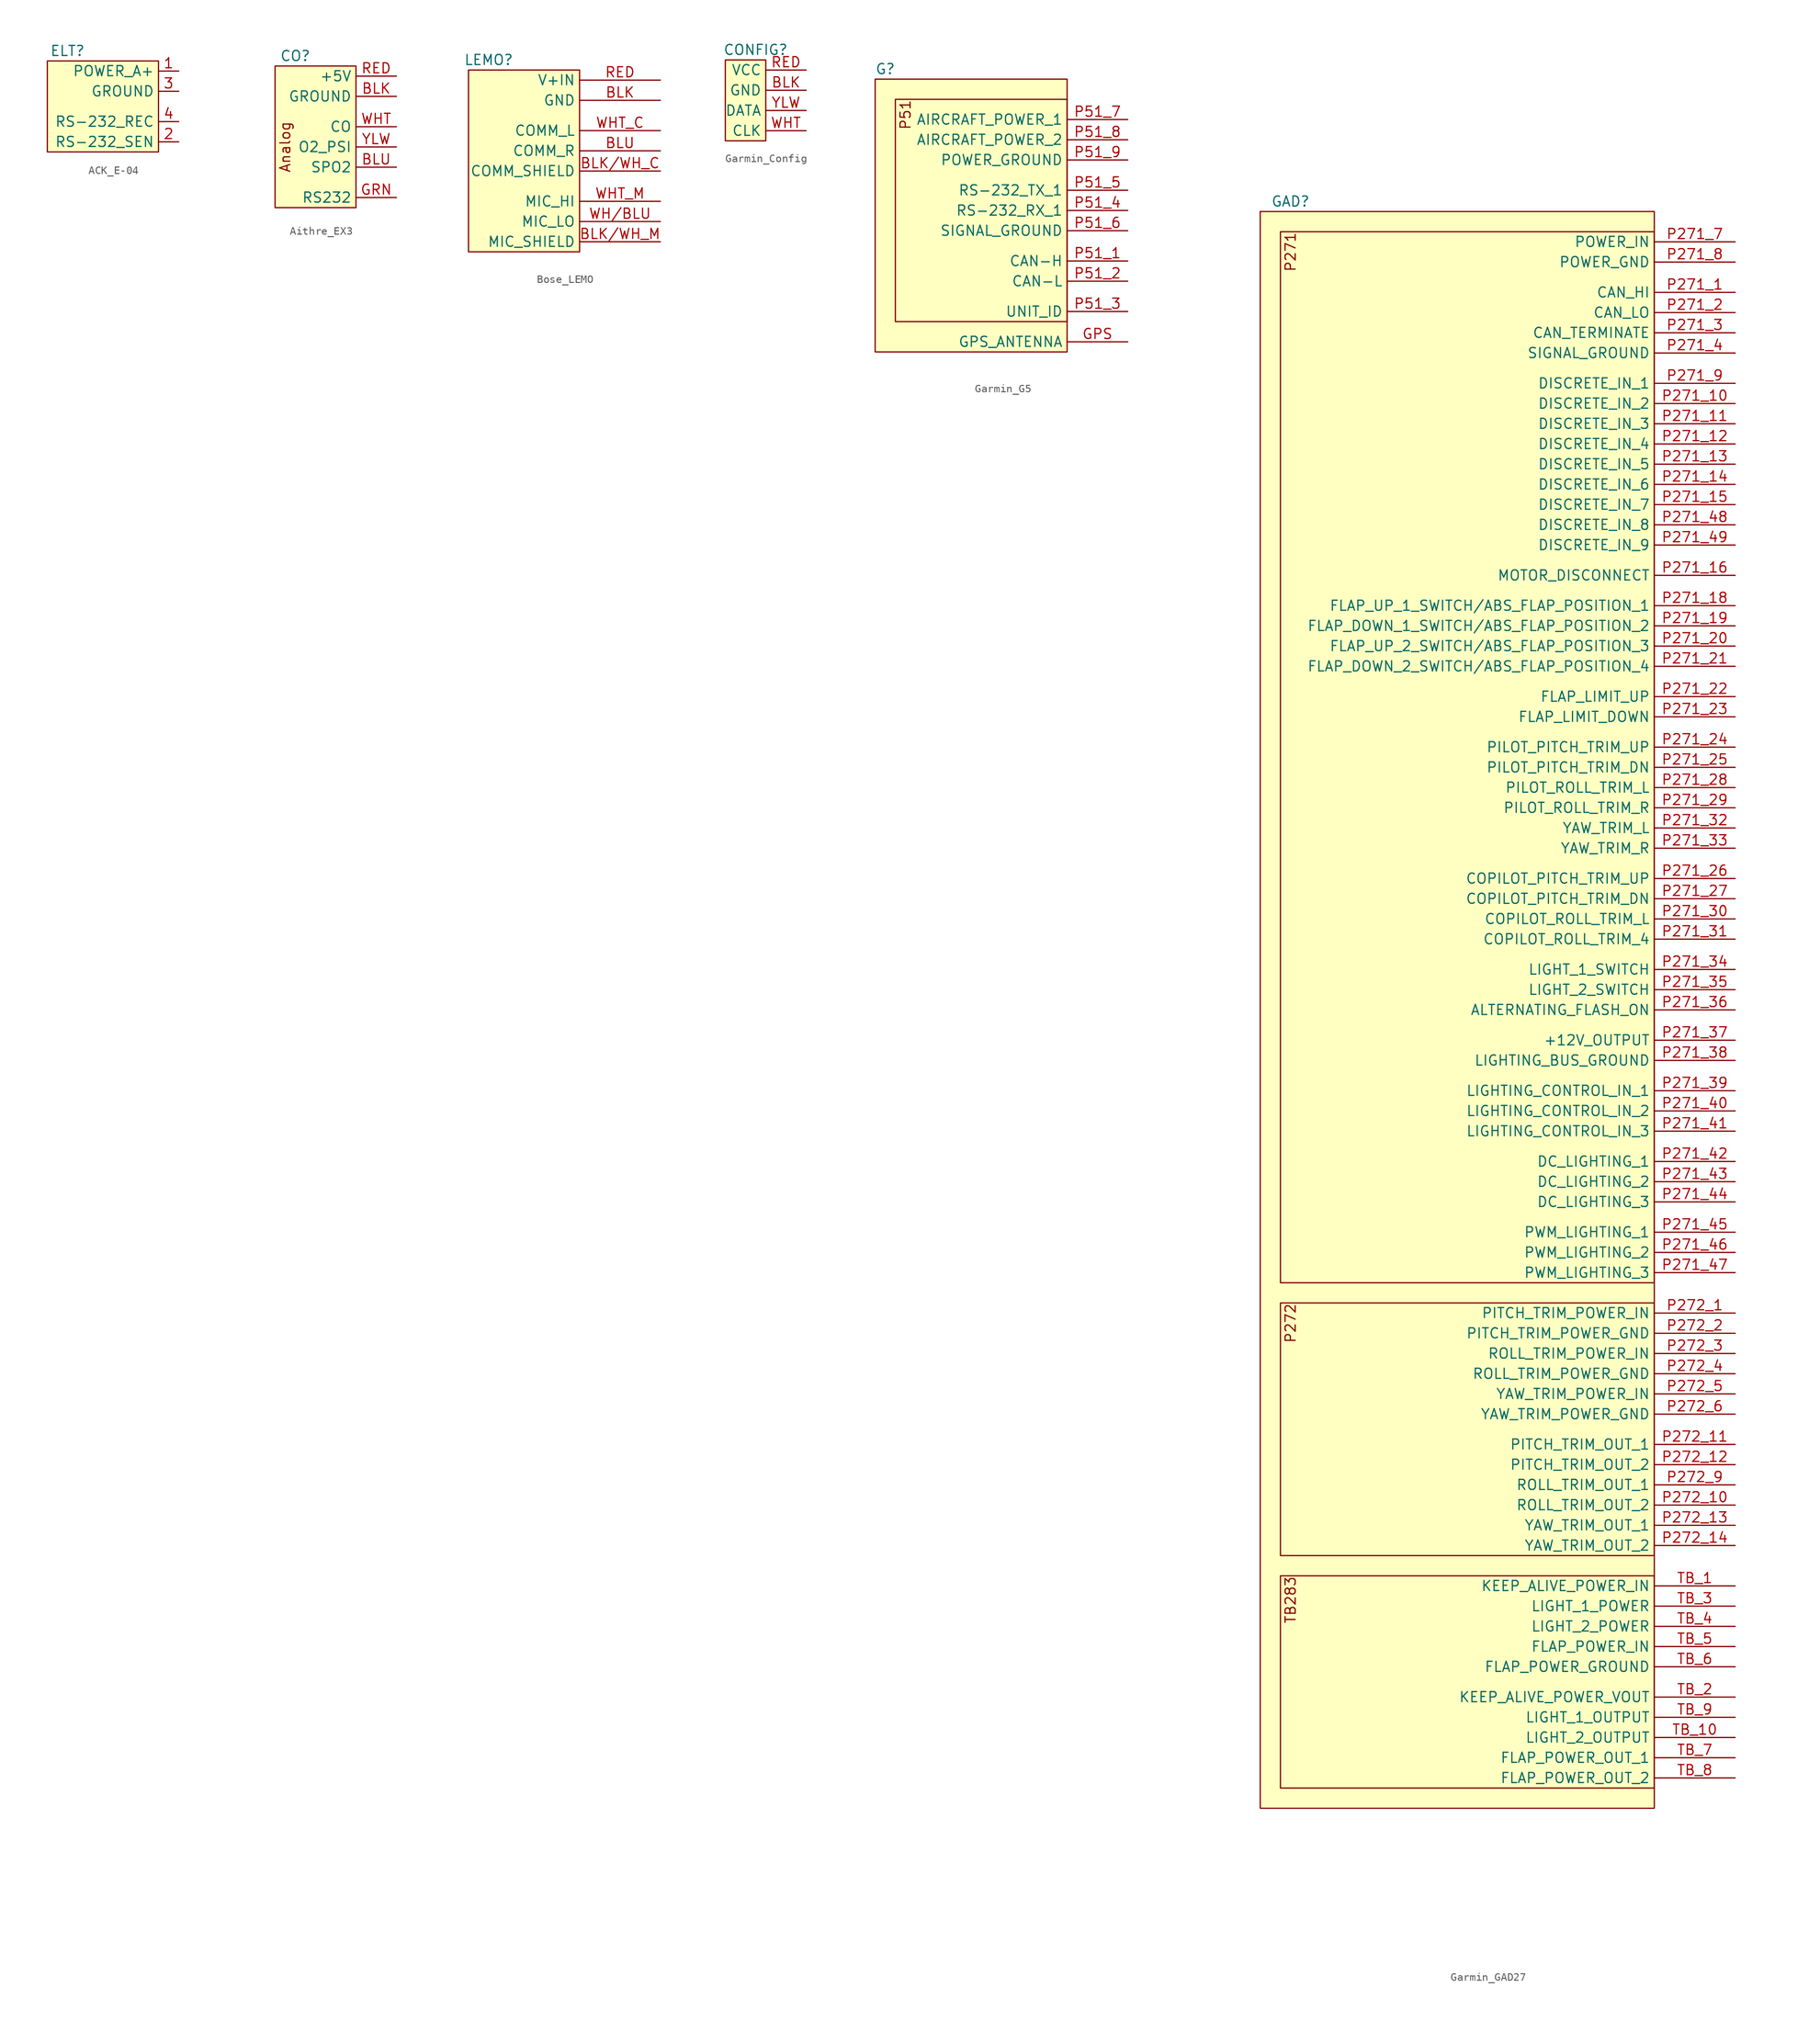
<source format=kicad_sym>
(kicad_symbol_lib
  (version 20220914)
  (generator kicad_symbol_editor)
  (symbol "ACK_E-04"
    (property "Reference" "ELT"
      (at 2.54 1.27 0)
      (effects (font (size 1.27 1.27))))
    (property "Value" ""
      (at 0 1.27 0)
      (effects (font (size 1.27 1.27))))
    (symbol "ACK_E-04_1_1"
      (rectangle (start 0 0) (end 13.97 -11.43) (stroke (width 0) (type default)) (fill (type background)))
      (pin power_in line (at 16.51 -1.27 180) (length 2.54) (name "POWER_A+" (effects (font (size 1.27 1.27)))) (number "1" (effects (font (size 1.27 1.27)))))
      (pin output line (at 16.51 -10.16 180) (length 2.54) (name "RS-232_SEN" (effects (font (size 1.27 1.27)))) (number "2" (effects (font (size 1.27 1.27)))))
      (pin bidirectional line (at 16.51 -3.81 180) (length 2.54) (name "GROUND" (effects (font (size 1.27 1.27)))) (number "3" (effects (font (size 1.27 1.27)))))
      (pin input line (at 16.51 -7.62 180) (length 2.54) (name "RS-232_REC" (effects (font (size 1.27 1.27)))) (number "4" (effects (font (size 1.27 1.27)))))))
  (symbol "Aithre_EX3"
    (property "Reference" "CO"
      (at 2.54 1.27 0)
      (effects (font (size 1.27 1.27))))
    (property "Value" ""
      (at -3.81 0 0)
      (effects (font (size 1.27 1.27))))
    (symbol "Aithre_EX3_1_1"
      (rectangle (start 0 0) (end 10.16 -17.78) (stroke (width 0) (type default)) (fill (type background)))
      (text "Analog" (at 1.27 -10.16 900) (effects (font (size 1.27 1.27))))
      (pin passive line (at 15.24 -3.81 180) (length 5.08) (name "GROUND" (effects (font (size 1.27 1.27)))) (number "BLK" (effects (font (size 1.27 1.27)))))
      (pin output line (at 15.24 -12.7 180) (length 5.08) (name "SPO2" (effects (font (size 1.27 1.27)))) (number "BLU" (effects (font (size 1.27 1.27)))))
      (pin output line (at 15.24 -16.51 180) (length 5.08) (name "RS232" (effects (font (size 1.27 1.27)))) (number "GRN" (effects (font (size 1.27 1.27)))))
      (pin power_in line (at 15.24 -1.27 180) (length 5.08) (name "+5V" (effects (font (size 1.27 1.27)))) (number "RED" (effects (font (size 1.27 1.27)))))
      (pin output line (at 15.24 -7.62 180) (length 5.08) (name "CO" (effects (font (size 1.27 1.27)))) (number "WHT" (effects (font (size 1.27 1.27)))))
      (pin output line (at 15.24 -10.16 180) (length 5.08) (name "O2_PSI" (effects (font (size 1.27 1.27)))) (number "YLW" (effects (font (size 1.27 1.27)))))))
  (symbol "Bose_LEMO"
    (property "Reference" "LEMO"
      (at 2.54 1.27 0)
      (effects (font (size 1.27 1.27))))
    (property "Value" ""
      (at 0 1.27 0)
      (effects (font (size 1.27 1.27))))
    (symbol "Bose_LEMO_1_1"
      (rectangle (start 0 0) (end 13.97 -22.86) (stroke (width 0) (type default)) (fill (type background)))
      (pin bidirectional line (at 24.13 -3.81 180) (length 10.16) (name "GND" (effects (font (size 1.27 1.27)))) (number "BLK" (effects (font (size 1.27 1.27)))))
      (pin bidirectional line (at 24.13 -12.7 180) (length 10.16) (name "COMM_SHIELD" (effects (font (size 1.27 1.27)))) (number "BLK/WH_C" (effects (font (size 1.27 1.27)))))
      (pin bidirectional line (at 24.13 -21.59 180) (length 10.16) (name "MIC_SHIELD" (effects (font (size 1.27 1.27)))) (number "BLK/WH_M" (effects (font (size 1.27 1.27)))))
      (pin input line (at 24.13 -10.16 180) (length 10.16) (name "COMM_R" (effects (font (size 1.27 1.27)))) (number "BLU" (effects (font (size 1.27 1.27)))))
      (pin power_in line (at 24.13 -1.27 180) (length 10.16) (name "V+IN" (effects (font (size 1.27 1.27)))) (number "RED" (effects (font (size 1.27 1.27)))))
      (pin bidirectional line (at 24.13 -19.05 180) (length 10.16) (name "MIC_LO" (effects (font (size 1.27 1.27)))) (number "WH/BLU" (effects (font (size 1.27 1.27)))))
      (pin input line (at 24.13 -7.62 180) (length 10.16) (name "COMM_L" (effects (font (size 1.27 1.27)))) (number "WHT_C" (effects (font (size 1.27 1.27)))))
      (pin output line (at 24.13 -16.51 180) (length 10.16) (name "MIC_HI" (effects (font (size 1.27 1.27)))) (number "WHT_M" (effects (font (size 1.27 1.27)))))))
  (symbol "Garmin_Config"
    (property "Reference" "CONFIG"
      (at 3.81 1.27 0)
      (effects (font (size 1.27 1.27))))
    (property "Value" ""
      (at 0 0 0)
      (effects (font (size 1.27 1.27))))
    (symbol "Garmin_Config_1_1"
      (rectangle (start 0 0) (end 5.08 -10.16) (stroke (width 0) (type default)) (fill (type background)))
      (pin passive line (at 10.16 -3.81 180) (length 5.08) (name "GND" (effects (font (size 1.27 1.27)))) (number "BLK" (effects (font (size 1.27 1.27)))))
      (pin power_in line (at 10.16 -1.27 180) (length 5.08) (name "VCC" (effects (font (size 1.27 1.27)))) (number "RED" (effects (font (size 1.27 1.27)))))
      (pin input line (at 10.16 -8.89 180) (length 5.08) (name "CLK" (effects (font (size 1.27 1.27)))) (number "WHT" (effects (font (size 1.27 1.27)))))
      (pin bidirectional line (at 10.16 -6.35 180) (length 5.08) (name "DATA" (effects (font (size 1.27 1.27)))) (number "YLW" (effects (font (size 1.27 1.27)))))))
  (symbol "Garmin_G5"
    (property "Reference" "G"
      (at 0 1.27 0)
      (effects (font (size 1.27 1.27)) (justify left)))
    (property "Value" ""
      (at 24.13 -2.54 0)
      (effects (font (size 1.27 1.27))))
    (symbol "Garmin_G5_1_1"
      (rectangle (start 0 0) (end 24.13 -34.29) (stroke (width 0) (type default)) (fill (type background)))
      (rectangle (start 2.54 -2.54) (end 24.13 -30.48) (stroke (width 0) (type default)) (fill (type background)))
      (text "P51" (at 3.81 -2.54 900) (effects (font (size 1.27 1.27)) (justify right)))
      (pin input line (at 31.75 -33.02 180) (length 7.62) (name "GPS_ANTENNA" (effects (font (size 1.27 1.27)))) (number "GPS" (effects (font (size 1.27 1.27)))))
      (pin bidirectional line (at 31.75 -22.86 180) (length 7.62) (name "CAN-H" (effects (font (size 1.27 1.27)))) (number "P51_1" (effects (font (size 1.27 1.27)))))
      (pin bidirectional line (at 31.75 -25.4 180) (length 7.62) (name "CAN-L" (effects (font (size 1.27 1.27)))) (number "P51_2" (effects (font (size 1.27 1.27)))))
      (pin bidirectional line (at 31.75 -29.21 180) (length 7.62) (name "UNIT_ID" (effects (font (size 1.27 1.27)))) (number "P51_3" (effects (font (size 1.27 1.27)))))
      (pin input line (at 31.75 -16.51 180) (length 7.62) (name "RS-232_RX_1" (effects (font (size 1.27 1.27)))) (number "P51_4" (effects (font (size 1.27 1.27)))))
      (pin output line (at 31.75 -13.97 180) (length 7.62) (name "RS-232_TX_1" (effects (font (size 1.27 1.27)))) (number "P51_5" (effects (font (size 1.27 1.27)))))
      (pin passive line (at 31.75 -19.05 180) (length 7.62) (name "SIGNAL_GROUND" (effects (font (size 1.27 1.27)))) (number "P51_6" (effects (font (size 1.27 1.27)))))
      (pin power_in line (at 31.75 -5.08 180) (length 7.62) (name "AIRCRAFT_POWER_1" (effects (font (size 1.27 1.27)))) (number "P51_7" (effects (font (size 1.27 1.27)))))
      (pin power_in line (at 31.75 -7.62 180) (length 7.62) (name "AIRCRAFT_POWER_2" (effects (font (size 1.27 1.27)))) (number "P51_8" (effects (font (size 1.27 1.27)))))
      (pin passive line (at 31.75 -10.16 180) (length 7.62) (name "POWER_GROUND" (effects (font (size 1.27 1.27)))) (number "P51_9" (effects (font (size 1.27 1.27)))))))
  (symbol "Garmin_GAD27"
    (property "Reference" "GAD"
      (at 3.81 1.27 0)
      (effects (font (size 1.27 1.27))))
    (property "Value" ""
      (at -2.54 0 0)
      (effects (font (size 1.27 1.27))))
    (symbol "Garmin_GAD27_1_1"
      (rectangle (start 0 0) (end 49.53 -200.66) (stroke (width 0) (type default)) (fill (type background)))
      (rectangle (start 2.54 -171.45) (end 49.53 -198.12) (stroke (width 0) (type default)) (fill (type background)))
      (rectangle (start 2.54 -137.16) (end 49.53 -168.91) (stroke (width 0) (type default)) (fill (type background)))
      (rectangle (start 2.54 -2.54) (end 49.53 -134.62) (stroke (width 0) (type default)) (fill (type background)))
      (text "P271" (at 3.81 -2.54 900) (effects (font (size 1.27 1.27)) (justify right)))
      (text "P272" (at 3.81 -137.16 900) (effects (font (size 1.27 1.27)) (justify right)))
      (text "TB283" (at 3.81 -171.45 900) (effects (font (size 1.27 1.27)) (justify right)))
      (pin bidirectional line (at 59.69 -10.16 180) (length 10.16) (name "CAN_HI" (effects (font (size 1.27 1.27)))) (number "P271_1" (effects (font (size 1.27 1.27)))))
      (pin input line (at 59.69 -24.13 180) (length 10.16) (name "DISCRETE_IN_2" (effects (font (size 1.27 1.27)))) (number "P271_10" (effects (font (size 1.27 1.27)))))
      (pin input line (at 59.69 -26.67 180) (length 10.16) (name "DISCRETE_IN_3" (effects (font (size 1.27 1.27)))) (number "P271_11" (effects (font (size 1.27 1.27)))))
      (pin input line (at 59.69 -29.21 180) (length 10.16) (name "DISCRETE_IN_4" (effects (font (size 1.27 1.27)))) (number "P271_12" (effects (font (size 1.27 1.27)))))
      (pin input line (at 59.69 -31.75 180) (length 10.16) (name "DISCRETE_IN_5" (effects (font (size 1.27 1.27)))) (number "P271_13" (effects (font (size 1.27 1.27)))))
      (pin input line (at 59.69 -34.29 180) (length 10.16) (name "DISCRETE_IN_6" (effects (font (size 1.27 1.27)))) (number "P271_14" (effects (font (size 1.27 1.27)))))
      (pin input line (at 59.69 -36.83 180) (length 10.16) (name "DISCRETE_IN_7" (effects (font (size 1.27 1.27)))) (number "P271_15" (effects (font (size 1.27 1.27)))))
      (pin input line (at 59.69 -45.72 180) (length 10.16) (name "MOTOR_DISCONNECT" (effects (font (size 1.27 1.27)))) (number "P271_16" (effects (font (size 1.27 1.27)))))
      (pin input line (at 59.69 -49.53 180) (length 10.16) (name "FLAP_UP_1_SWITCH/ABS_FLAP_POSITION_1" (effects (font (size 1.27 1.27)))) (number "P271_18" (effects (font (size 1.27 1.27)))))
      (pin input line (at 59.69 -52.07 180) (length 10.16) (name "FLAP_DOWN_1_SWITCH/ABS_FLAP_POSITION_2" (effects (font (size 1.27 1.27)))) (number "P271_19" (effects (font (size 1.27 1.27)))))
      (pin bidirectional line (at 59.69 -12.7 180) (length 10.16) (name "CAN_LO" (effects (font (size 1.27 1.27)))) (number "P271_2" (effects (font (size 1.27 1.27)))))
      (pin input line (at 59.69 -54.61 180) (length 10.16) (name "FLAP_UP_2_SWITCH/ABS_FLAP_POSITION_3" (effects (font (size 1.27 1.27)))) (number "P271_20" (effects (font (size 1.27 1.27)))))
      (pin input line (at 59.69 -57.15 180) (length 10.16) (name "FLAP_DOWN_2_SWITCH/ABS_FLAP_POSITION_4" (effects (font (size 1.27 1.27)))) (number "P271_21" (effects (font (size 1.27 1.27)))))
      (pin input line (at 59.69 -60.96 180) (length 10.16) (name "FLAP_LIMIT_UP" (effects (font (size 1.27 1.27)))) (number "P271_22" (effects (font (size 1.27 1.27)))))
      (pin input line (at 59.69 -63.5 180) (length 10.16) (name "FLAP_LIMIT_DOWN" (effects (font (size 1.27 1.27)))) (number "P271_23" (effects (font (size 1.27 1.27)))))
      (pin input line (at 59.69 -67.31 180) (length 10.16) (name "PILOT_PITCH_TRIM_UP" (effects (font (size 1.27 1.27)))) (number "P271_24" (effects (font (size 1.27 1.27)))))
      (pin input line (at 59.69 -69.85 180) (length 10.16) (name "PILOT_PITCH_TRIM_DN" (effects (font (size 1.27 1.27)))) (number "P271_25" (effects (font (size 1.27 1.27)))))
      (pin input line (at 59.69 -83.82 180) (length 10.16) (name "COPILOT_PITCH_TRIM_UP" (effects (font (size 1.27 1.27)))) (number "P271_26" (effects (font (size 1.27 1.27)))))
      (pin input line (at 59.69 -86.36 180) (length 10.16) (name "COPILOT_PITCH_TRIM_DN" (effects (font (size 1.27 1.27)))) (number "P271_27" (effects (font (size 1.27 1.27)))))
      (pin input line (at 59.69 -72.39 180) (length 10.16) (name "PILOT_ROLL_TRIM_L" (effects (font (size 1.27 1.27)))) (number "P271_28" (effects (font (size 1.27 1.27)))))
      (pin input line (at 59.69 -74.93 180) (length 10.16) (name "PILOT_ROLL_TRIM_R" (effects (font (size 1.27 1.27)))) (number "P271_29" (effects (font (size 1.27 1.27)))))
      (pin bidirectional line (at 59.69 -15.24 180) (length 10.16) (name "CAN_TERMINATE" (effects (font (size 1.27 1.27)))) (number "P271_3" (effects (font (size 1.27 1.27)))))
      (pin input line (at 59.69 -88.9 180) (length 10.16) (name "COPILOT_ROLL_TRIM_L" (effects (font (size 1.27 1.27)))) (number "P271_30" (effects (font (size 1.27 1.27)))))
      (pin input line (at 59.69 -91.44 180) (length 10.16) (name "COPILOT_ROLL_TRIM_4" (effects (font (size 1.27 1.27)))) (number "P271_31" (effects (font (size 1.27 1.27)))))
      (pin input line (at 59.69 -77.47 180) (length 10.16) (name "YAW_TRIM_L" (effects (font (size 1.27 1.27)))) (number "P271_32" (effects (font (size 1.27 1.27)))))
      (pin input line (at 59.69 -80.01 180) (length 10.16) (name "YAW_TRIM_R" (effects (font (size 1.27 1.27)))) (number "P271_33" (effects (font (size 1.27 1.27)))))
      (pin input line (at 59.69 -95.25 180) (length 10.16) (name "LIGHT_1_SWITCH" (effects (font (size 1.27 1.27)))) (number "P271_34" (effects (font (size 1.27 1.27)))))
      (pin input line (at 59.69 -97.79 180) (length 10.16) (name "LIGHT_2_SWITCH" (effects (font (size 1.27 1.27)))) (number "P271_35" (effects (font (size 1.27 1.27)))))
      (pin input line (at 59.69 -100.33 180) (length 10.16) (name "ALTERNATING_FLASH_ON" (effects (font (size 1.27 1.27)))) (number "P271_36" (effects (font (size 1.27 1.27)))))
      (pin output line (at 59.69 -104.14 180) (length 10.16) (name "+12V_OUTPUT" (effects (font (size 1.27 1.27)))) (number "P271_37" (effects (font (size 1.27 1.27)))))
      (pin bidirectional line (at 59.69 -106.68 180) (length 10.16) (name "LIGHTING_BUS_GROUND" (effects (font (size 1.27 1.27)))) (number "P271_38" (effects (font (size 1.27 1.27)))))
      (pin input line (at 59.69 -110.49 180) (length 10.16) (name "LIGHTING_CONTROL_IN_1" (effects (font (size 1.27 1.27)))) (number "P271_39" (effects (font (size 1.27 1.27)))))
      (pin bidirectional line (at 59.69 -17.78 180) (length 10.16) (name "SIGNAL_GROUND" (effects (font (size 1.27 1.27)))) (number "P271_4" (effects (font (size 1.27 1.27)))))
      (pin input line (at 59.69 -113.03 180) (length 10.16) (name "LIGHTING_CONTROL_IN_2" (effects (font (size 1.27 1.27)))) (number "P271_40" (effects (font (size 1.27 1.27)))))
      (pin input line (at 59.69 -115.57 180) (length 10.16) (name "LIGHTING_CONTROL_IN_3" (effects (font (size 1.27 1.27)))) (number "P271_41" (effects (font (size 1.27 1.27)))))
      (pin power_out line (at 59.69 -119.38 180) (length 10.16) (name "DC_LIGHTING_1" (effects (font (size 1.27 1.27)))) (number "P271_42" (effects (font (size 1.27 1.27)))))
      (pin power_out line (at 59.69 -121.92 180) (length 10.16) (name "DC_LIGHTING_2" (effects (font (size 1.27 1.27)))) (number "P271_43" (effects (font (size 1.27 1.27)))))
      (pin power_out line (at 59.69 -124.46 180) (length 10.16) (name "DC_LIGHTING_3" (effects (font (size 1.27 1.27)))) (number "P271_44" (effects (font (size 1.27 1.27)))))
      (pin power_out line (at 59.69 -128.27 180) (length 10.16) (name "PWM_LIGHTING_1" (effects (font (size 1.27 1.27)))) (number "P271_45" (effects (font (size 1.27 1.27)))))
      (pin power_out line (at 59.69 -130.81 180) (length 10.16) (name "PWM_LIGHTING_2" (effects (font (size 1.27 1.27)))) (number "P271_46" (effects (font (size 1.27 1.27)))))
      (pin power_out line (at 59.69 -133.35 180) (length 10.16) (name "PWM_LIGHTING_3" (effects (font (size 1.27 1.27)))) (number "P271_47" (effects (font (size 1.27 1.27)))))
      (pin input line (at 59.69 -39.37 180) (length 10.16) (name "DISCRETE_IN_8" (effects (font (size 1.27 1.27)))) (number "P271_48" (effects (font (size 1.27 1.27)))))
      (pin input line (at 59.69 -41.91 180) (length 10.16) (name "DISCRETE_IN_9" (effects (font (size 1.27 1.27)))) (number "P271_49" (effects (font (size 1.27 1.27)))))
      (pin power_in line (at 59.69 -3.81 180) (length 10.16) (name "POWER_IN" (effects (font (size 1.27 1.27)))) (number "P271_7" (effects (font (size 1.27 1.27)))))
      (pin bidirectional line (at 59.69 -6.35 180) (length 10.16) (name "POWER_GND" (effects (font (size 1.27 1.27)))) (number "P271_8" (effects (font (size 1.27 1.27)))))
      (pin input line (at 59.69 -21.59 180) (length 10.16) (name "DISCRETE_IN_1" (effects (font (size 1.27 1.27)))) (number "P271_9" (effects (font (size 1.27 1.27)))))
      (pin power_in line (at 59.69 -138.43 180) (length 10.16) (name "PITCH_TRIM_POWER_IN" (effects (font (size 1.27 1.27)))) (number "P272_1" (effects (font (size 1.27 1.27)))))
      (pin power_out line (at 59.69 -162.56 180) (length 10.16) (name "ROLL_TRIM_OUT_2" (effects (font (size 1.27 1.27)))) (number "P272_10" (effects (font (size 1.27 1.27)))))
      (pin power_out line (at 59.69 -154.94 180) (length 10.16) (name "PITCH_TRIM_OUT_1" (effects (font (size 1.27 1.27)))) (number "P272_11" (effects (font (size 1.27 1.27)))))
      (pin power_out line (at 59.69 -157.48 180) (length 10.16) (name "PITCH_TRIM_OUT_2" (effects (font (size 1.27 1.27)))) (number "P272_12" (effects (font (size 1.27 1.27)))))
      (pin power_out line (at 59.69 -165.1 180) (length 10.16) (name "YAW_TRIM_OUT_1" (effects (font (size 1.27 1.27)))) (number "P272_13" (effects (font (size 1.27 1.27)))))
      (pin power_out line (at 59.69 -167.64 180) (length 10.16) (name "YAW_TRIM_OUT_2" (effects (font (size 1.27 1.27)))) (number "P272_14" (effects (font (size 1.27 1.27)))))
      (pin bidirectional line (at 59.69 -140.97 180) (length 10.16) (name "PITCH_TRIM_POWER_GND" (effects (font (size 1.27 1.27)))) (number "P272_2" (effects (font (size 1.27 1.27)))))
      (pin power_in line (at 59.69 -143.51 180) (length 10.16) (name "ROLL_TRIM_POWER_IN" (effects (font (size 1.27 1.27)))) (number "P272_3" (effects (font (size 1.27 1.27)))))
      (pin bidirectional line (at 59.69 -146.05 180) (length 10.16) (name "ROLL_TRIM_POWER_GND" (effects (font (size 1.27 1.27)))) (number "P272_4" (effects (font (size 1.27 1.27)))))
      (pin power_in line (at 59.69 -148.59 180) (length 10.16) (name "YAW_TRIM_POWER_IN" (effects (font (size 1.27 1.27)))) (number "P272_5" (effects (font (size 1.27 1.27)))))
      (pin bidirectional line (at 59.69 -151.13 180) (length 10.16) (name "YAW_TRIM_POWER_GND" (effects (font (size 1.27 1.27)))) (number "P272_6" (effects (font (size 1.27 1.27)))))
      (pin power_out line (at 59.69 -160.02 180) (length 10.16) (name "ROLL_TRIM_OUT_1" (effects (font (size 1.27 1.27)))) (number "P272_9" (effects (font (size 1.27 1.27)))))
      (pin power_in line (at 59.69 -172.72 180) (length 10.16) (name "KEEP_ALIVE_POWER_IN" (effects (font (size 1.27 1.27)))) (number "TB_1" (effects (font (size 1.27 1.27)))))
      (pin power_out line (at 59.69 -191.77 180) (length 10.16) (name "LIGHT_2_OUTPUT" (effects (font (size 1.27 1.27)))) (number "TB_10" (effects (font (size 1.27 1.27)))))
      (pin power_out line (at 59.69 -186.69 180) (length 10.16) (name "KEEP_ALIVE_POWER_VOUT" (effects (font (size 1.27 1.27)))) (number "TB_2" (effects (font (size 1.27 1.27)))))
      (pin power_in line (at 59.69 -175.26 180) (length 10.16) (name "LIGHT_1_POWER" (effects (font (size 1.27 1.27)))) (number "TB_3" (effects (font (size 1.27 1.27)))))
      (pin power_in line (at 59.69 -177.8 180) (length 10.16) (name "LIGHT_2_POWER" (effects (font (size 1.27 1.27)))) (number "TB_4" (effects (font (size 1.27 1.27)))))
      (pin power_in line (at 59.69 -180.34 180) (length 10.16) (name "FLAP_POWER_IN" (effects (font (size 1.27 1.27)))) (number "TB_5" (effects (font (size 1.27 1.27)))))
      (pin bidirectional line (at 59.69 -182.88 180) (length 10.16) (name "FLAP_POWER_GROUND" (effects (font (size 1.27 1.27)))) (number "TB_6" (effects (font (size 1.27 1.27)))))
      (pin power_out line (at 59.69 -194.31 180) (length 10.16) (name "FLAP_POWER_OUT_1" (effects (font (size 1.27 1.27)))) (number "TB_7" (effects (font (size 1.27 1.27)))))
      (pin power_out line (at 59.69 -196.85 180) (length 10.16) (name "FLAP_POWER_OUT_2" (effects (font (size 1.27 1.27)))) (number "TB_8" (effects (font (size 1.27 1.27)))))
      (pin power_out line (at 59.69 -189.23 180) (length 10.16) (name "LIGHT_1_OUTPUT" (effects (font (size 1.27 1.27)))) (number "TB_9" (effects (font (size 1.27 1.27))))))))
</source>
